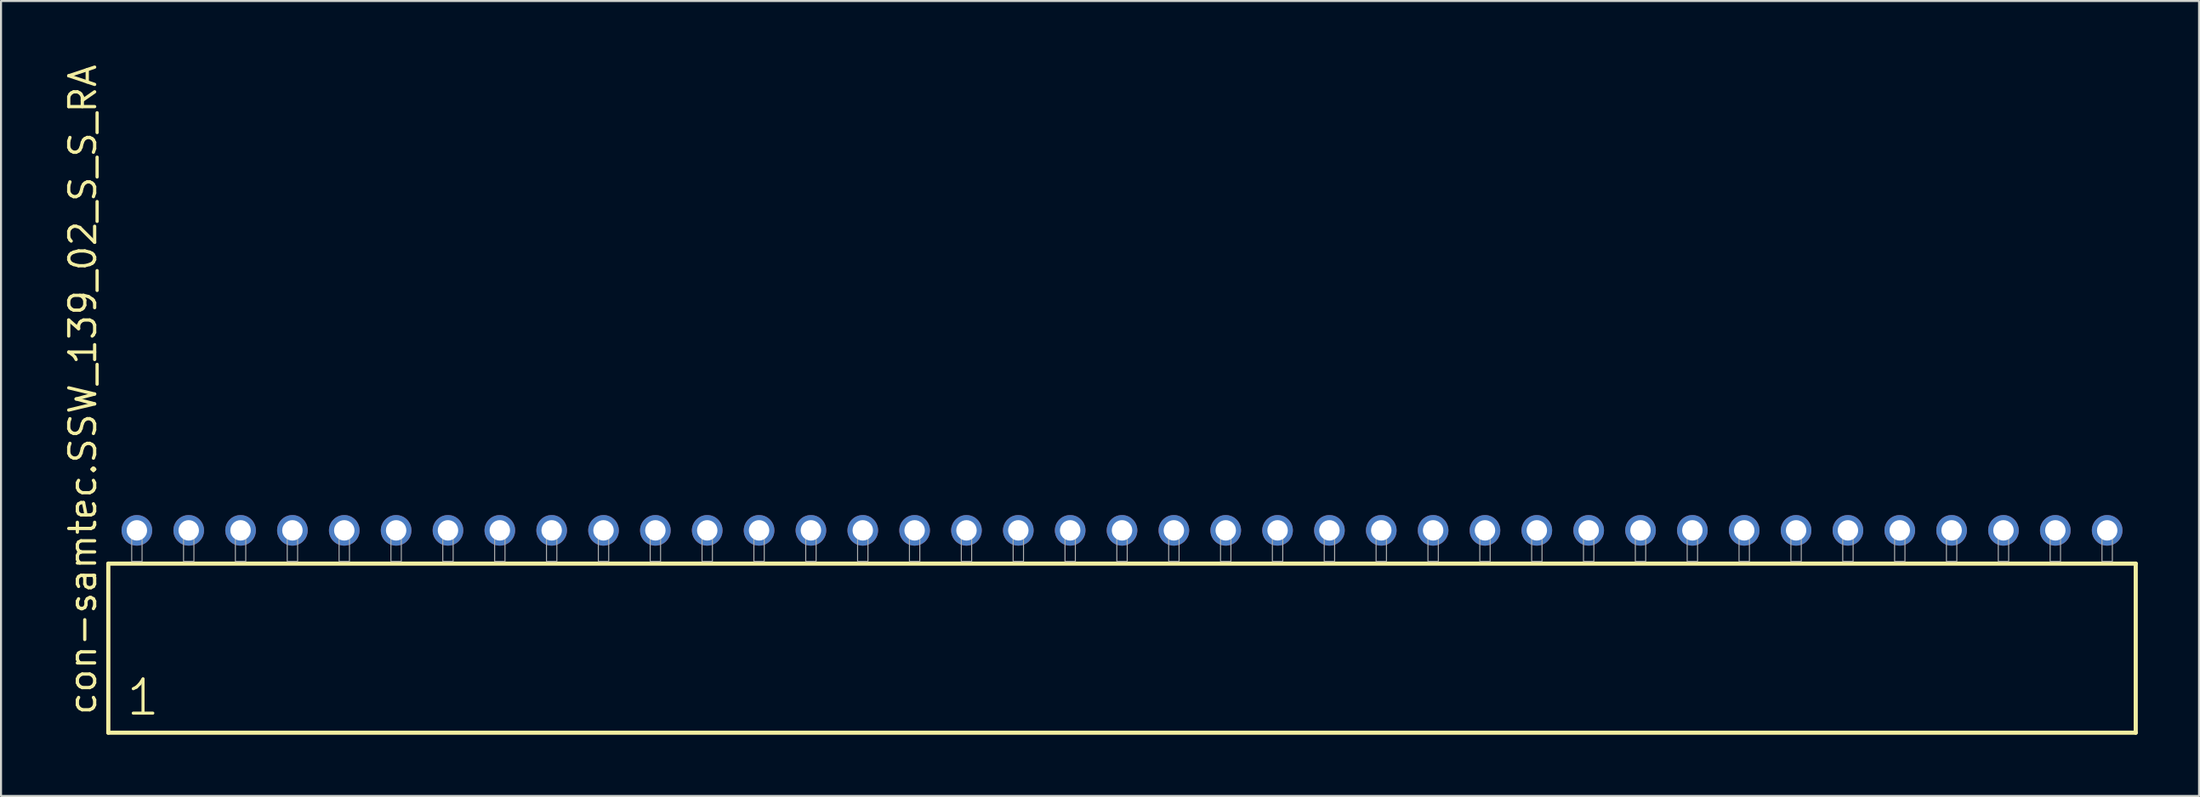
<source format=kicad_pcb>
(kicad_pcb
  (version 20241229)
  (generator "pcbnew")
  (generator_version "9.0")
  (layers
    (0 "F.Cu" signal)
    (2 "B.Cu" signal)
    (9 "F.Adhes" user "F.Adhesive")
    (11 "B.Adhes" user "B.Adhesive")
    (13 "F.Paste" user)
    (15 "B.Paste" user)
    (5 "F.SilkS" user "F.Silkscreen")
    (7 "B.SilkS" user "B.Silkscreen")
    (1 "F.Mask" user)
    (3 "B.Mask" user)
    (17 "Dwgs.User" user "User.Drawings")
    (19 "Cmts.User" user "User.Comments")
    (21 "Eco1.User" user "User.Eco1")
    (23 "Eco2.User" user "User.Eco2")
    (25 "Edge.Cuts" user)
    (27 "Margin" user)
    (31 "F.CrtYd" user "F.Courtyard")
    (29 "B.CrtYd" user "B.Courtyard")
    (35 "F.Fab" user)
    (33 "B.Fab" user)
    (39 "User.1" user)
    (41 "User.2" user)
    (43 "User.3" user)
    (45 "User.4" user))
  (footprint "con-samtec.SSW_139_02_S_S_RA"
    (layer "F.Cu")
    (at 51.915 24.477)
    (property "Reference" "con-samtec.SSW_139_02_S_S_RA" (at -50.165 7.62 90) (layer "F.SilkS") (effects (font (size 1.27 1.27) (thickness 0.16)) (justify left bottom)))
    (attr through_hole)
    (fp_line (start -49.659 0.106) (end -49.659 8.396) (stroke (width 0.203) (type default)) (layer "F.SilkS"))
    (fp_line (start -49.659 8.396) (end 49.659 8.396) (stroke (width 0.203) (type default)) (layer "F.SilkS"))
    (fp_line (start 49.659 0.106) (end -49.659 0.106) (stroke (width 0.203) (type default)) (layer "F.SilkS"))
    (fp_line (start 49.659 8.396) (end 49.659 0.106) (stroke (width 0.203) (type default)) (layer "F.SilkS"))
    (fp_rect (start -48.514 0) (end -48.006 -1.778) (stroke (width 0.05) (type default)) (fill no) (layer "F.Fab"))
    (fp_rect (start -45.974 0) (end -45.466 -1.778) (stroke (width 0.05) (type default)) (fill no) (layer "F.Fab"))
    (fp_rect (start -43.434 0) (end -42.926 -1.778) (stroke (width 0.05) (type default)) (fill no) (layer "F.Fab"))
    (fp_rect (start -40.894 0) (end -40.386 -1.778) (stroke (width 0.05) (type default)) (fill no) (layer "F.Fab"))
    (fp_rect (start -38.354 0) (end -37.846 -1.778) (stroke (width 0.05) (type default)) (fill no) (layer "F.Fab"))
    (fp_rect (start -35.814 0) (end -35.306 -1.778) (stroke (width 0.05) (type default)) (fill no) (layer "F.Fab"))
    (fp_rect (start -33.274 0) (end -32.766 -1.778) (stroke (width 0.05) (type default)) (fill no) (layer "F.Fab"))
    (fp_rect (start -30.734 0) (end -30.226 -1.778) (stroke (width 0.05) (type default)) (fill no) (layer "F.Fab"))
    (fp_rect (start -28.194 0) (end -27.686 -1.778) (stroke (width 0.05) (type default)) (fill no) (layer "F.Fab"))
    (fp_rect (start -25.654 0) (end -25.146 -1.778) (stroke (width 0.05) (type default)) (fill no) (layer "F.Fab"))
    (fp_rect (start -23.114 0) (end -22.606 -1.778) (stroke (width 0.05) (type default)) (fill no) (layer "F.Fab"))
    (fp_rect (start -20.574 0) (end -20.066 -1.778) (stroke (width 0.05) (type default)) (fill no) (layer "F.Fab"))
    (fp_rect (start -18.034 0) (end -17.526 -1.778) (stroke (width 0.05) (type default)) (fill no) (layer "F.Fab"))
    (fp_rect (start -15.494 0) (end -14.986 -1.778) (stroke (width 0.05) (type default)) (fill no) (layer "F.Fab"))
    (fp_rect (start -12.954 0) (end -12.446 -1.778) (stroke (width 0.05) (type default)) (fill no) (layer "F.Fab"))
    (fp_rect (start -10.414 0) (end -9.906 -1.778) (stroke (width 0.05) (type default)) (fill no) (layer "F.Fab"))
    (fp_rect (start -7.874 0) (end -7.366 -1.778) (stroke (width 0.05) (type default)) (fill no) (layer "F.Fab"))
    (fp_rect (start -5.334 0) (end -4.826 -1.778) (stroke (width 0.05) (type default)) (fill no) (layer "F.Fab"))
    (fp_rect (start -2.794 0) (end -2.286 -1.778) (stroke (width 0.05) (type default)) (fill no) (layer "F.Fab"))
    (fp_rect (start -0.254 0) (end 0.254 -1.778) (stroke (width 0.05) (type default)) (fill no) (layer "F.Fab"))
    (fp_rect (start 2.286 0) (end 2.794 -1.778) (stroke (width 0.05) (type default)) (fill no) (layer "F.Fab"))
    (fp_rect (start 4.826 0) (end 5.334 -1.778) (stroke (width 0.05) (type default)) (fill no) (layer "F.Fab"))
    (fp_rect (start 7.366 0) (end 7.874 -1.778) (stroke (width 0.05) (type default)) (fill no) (layer "F.Fab"))
    (fp_rect (start 9.906 0) (end 10.414 -1.778) (stroke (width 0.05) (type default)) (fill no) (layer "F.Fab"))
    (fp_rect (start 12.446 0) (end 12.954 -1.778) (stroke (width 0.05) (type default)) (fill no) (layer "F.Fab"))
    (fp_rect (start 14.986 0) (end 15.494 -1.778) (stroke (width 0.05) (type default)) (fill no) (layer "F.Fab"))
    (fp_rect (start 17.526 0) (end 18.034 -1.778) (stroke (width 0.05) (type default)) (fill no) (layer "F.Fab"))
    (fp_rect (start 20.066 0) (end 20.574 -1.778) (stroke (width 0.05) (type default)) (fill no) (layer "F.Fab"))
    (fp_rect (start 22.606 0) (end 23.114 -1.778) (stroke (width 0.05) (type default)) (fill no) (layer "F.Fab"))
    (fp_rect (start 25.146 0) (end 25.654 -1.778) (stroke (width 0.05) (type default)) (fill no) (layer "F.Fab"))
    (fp_rect (start 27.686 0) (end 28.194 -1.778) (stroke (width 0.05) (type default)) (fill no) (layer "F.Fab"))
    (fp_rect (start 30.226 0) (end 30.734 -1.778) (stroke (width 0.05) (type default)) (fill no) (layer "F.Fab"))
    (fp_rect (start 32.766 0) (end 33.274 -1.778) (stroke (width 0.05) (type default)) (fill no) (layer "F.Fab"))
    (fp_rect (start 35.306 0) (end 35.814 -1.778) (stroke (width 0.05) (type default)) (fill no) (layer "F.Fab"))
    (fp_rect (start 37.846 0) (end 38.354 -1.778) (stroke (width 0.05) (type default)) (fill no) (layer "F.Fab"))
    (fp_rect (start 40.386 0) (end 40.894 -1.778) (stroke (width 0.05) (type default)) (fill no) (layer "F.Fab"))
    (fp_rect (start 42.926 0) (end 43.434 -1.778) (stroke (width 0.05) (type default)) (fill no) (layer "F.Fab"))
    (fp_rect (start 45.466 0) (end 45.974 -1.778) (stroke (width 0.05) (type default)) (fill no) (layer "F.Fab"))
    (fp_rect (start 48.006 0) (end 48.514 -1.778) (stroke (width 0.05) (type default)) (fill no) (layer "F.Fab"))
    (fp_text user "1" (at -48.855 7.65 0) (layer "F.SilkS") (effects (font (size 1.676 1.676) (thickness 0.15)) (justify left bottom)))
    (pad "1" thru_hole circle (at -48.26 -1.524) (size 1.5 1.5) (drill 1) (layers "*.Cu" "*.Mask"))
    (pad "2" thru_hole circle (at -45.72 -1.524) (size 1.5 1.5) (drill 1) (layers "*.Cu" "*.Mask"))
    (pad "3" thru_hole circle (at -43.18 -1.524) (size 1.5 1.5) (drill 1) (layers "*.Cu" "*.Mask"))
    (pad "4" thru_hole circle (at -40.64 -1.524) (size 1.5 1.5) (drill 1) (layers "*.Cu" "*.Mask"))
    (pad "5" thru_hole circle (at -38.1 -1.524) (size 1.5 1.5) (drill 1) (layers "*.Cu" "*.Mask"))
    (pad "6" thru_hole circle (at -35.56 -1.524) (size 1.5 1.5) (drill 1) (layers "*.Cu" "*.Mask"))
    (pad "7" thru_hole circle (at -33.02 -1.524) (size 1.5 1.5) (drill 1) (layers "*.Cu" "*.Mask"))
    (pad "8" thru_hole circle (at -30.48 -1.524) (size 1.5 1.5) (drill 1) (layers "*.Cu" "*.Mask"))
    (pad "9" thru_hole circle (at -27.94 -1.524) (size 1.5 1.5) (drill 1) (layers "*.Cu" "*.Mask"))
    (pad "10" thru_hole circle (at -25.4 -1.524) (size 1.5 1.5) (drill 1) (layers "*.Cu" "*.Mask"))
    (pad "11" thru_hole circle (at -22.86 -1.524) (size 1.5 1.5) (drill 1) (layers "*.Cu" "*.Mask"))
    (pad "12" thru_hole circle (at -20.32 -1.524) (size 1.5 1.5) (drill 1) (layers "*.Cu" "*.Mask"))
    (pad "13" thru_hole circle (at -17.78 -1.524) (size 1.5 1.5) (drill 1) (layers "*.Cu" "*.Mask"))
    (pad "14" thru_hole circle (at -15.24 -1.524) (size 1.5 1.5) (drill 1) (layers "*.Cu" "*.Mask"))
    (pad "15" thru_hole circle (at -12.7 -1.524) (size 1.5 1.5) (drill 1) (layers "*.Cu" "*.Mask"))
    (pad "16" thru_hole circle (at -10.16 -1.524) (size 1.5 1.5) (drill 1) (layers "*.Cu" "*.Mask"))
    (pad "17" thru_hole circle (at -7.62 -1.524) (size 1.5 1.5) (drill 1) (layers "*.Cu" "*.Mask"))
    (pad "18" thru_hole circle (at -5.08 -1.524) (size 1.5 1.5) (drill 1) (layers "*.Cu" "*.Mask"))
    (pad "19" thru_hole circle (at -2.54 -1.524) (size 1.5 1.5) (drill 1) (layers "*.Cu" "*.Mask"))
    (pad "20" thru_hole circle (at 0 -1.524) (size 1.5 1.5) (drill 1) (layers "*.Cu" "*.Mask"))
    (pad "21" thru_hole circle (at 2.54 -1.524) (size 1.5 1.5) (drill 1) (layers "*.Cu" "*.Mask"))
    (pad "22" thru_hole circle (at 5.08 -1.524) (size 1.5 1.5) (drill 1) (layers "*.Cu" "*.Mask"))
    (pad "23" thru_hole circle (at 7.62 -1.524) (size 1.5 1.5) (drill 1) (layers "*.Cu" "*.Mask"))
    (pad "24" thru_hole circle (at 10.16 -1.524) (size 1.5 1.5) (drill 1) (layers "*.Cu" "*.Mask"))
    (pad "25" thru_hole circle (at 12.7 -1.524) (size 1.5 1.5) (drill 1) (layers "*.Cu" "*.Mask"))
    (pad "26" thru_hole circle (at 15.24 -1.524) (size 1.5 1.5) (drill 1) (layers "*.Cu" "*.Mask"))
    (pad "27" thru_hole circle (at 17.78 -1.524) (size 1.5 1.5) (drill 1) (layers "*.Cu" "*.Mask"))
    (pad "28" thru_hole circle (at 20.32 -1.524) (size 1.5 1.5) (drill 1) (layers "*.Cu" "*.Mask"))
    (pad "29" thru_hole circle (at 22.86 -1.524) (size 1.5 1.5) (drill 1) (layers "*.Cu" "*.Mask"))
    (pad "30" thru_hole circle (at 25.4 -1.524) (size 1.5 1.5) (drill 1) (layers "*.Cu" "*.Mask"))
    (pad "31" thru_hole circle (at 27.94 -1.524) (size 1.5 1.5) (drill 1) (layers "*.Cu" "*.Mask"))
    (pad "32" thru_hole circle (at 30.48 -1.524) (size 1.5 1.5) (drill 1) (layers "*.Cu" "*.Mask"))
    (pad "33" thru_hole circle (at 33.02 -1.524) (size 1.5 1.5) (drill 1) (layers "*.Cu" "*.Mask"))
    (pad "34" thru_hole circle (at 35.56 -1.524) (size 1.5 1.5) (drill 1) (layers "*.Cu" "*.Mask"))
    (pad "35" thru_hole circle (at 38.1 -1.524) (size 1.5 1.5) (drill 1) (layers "*.Cu" "*.Mask"))
    (pad "36" thru_hole circle (at 40.64 -1.524) (size 1.5 1.5) (drill 1) (layers "*.Cu" "*.Mask"))
    (pad "37" thru_hole circle (at 43.18 -1.524) (size 1.5 1.5) (drill 1) (layers "*.Cu" "*.Mask"))
    (pad "38" thru_hole circle (at 45.72 -1.524) (size 1.5 1.5) (drill 1) (layers "*.Cu" "*.Mask"))
    (pad "39" thru_hole circle (at 48.26 -1.524) (size 1.5 1.5) (drill 1) (layers "*.Cu" "*.Mask")))
  (gr_rect
    (start -3 -3)
    (end 104.676 35.975)
    (stroke (width 0.1) (type default))
    (fill no)
    (layer "Edge.Cuts")))
</source>
